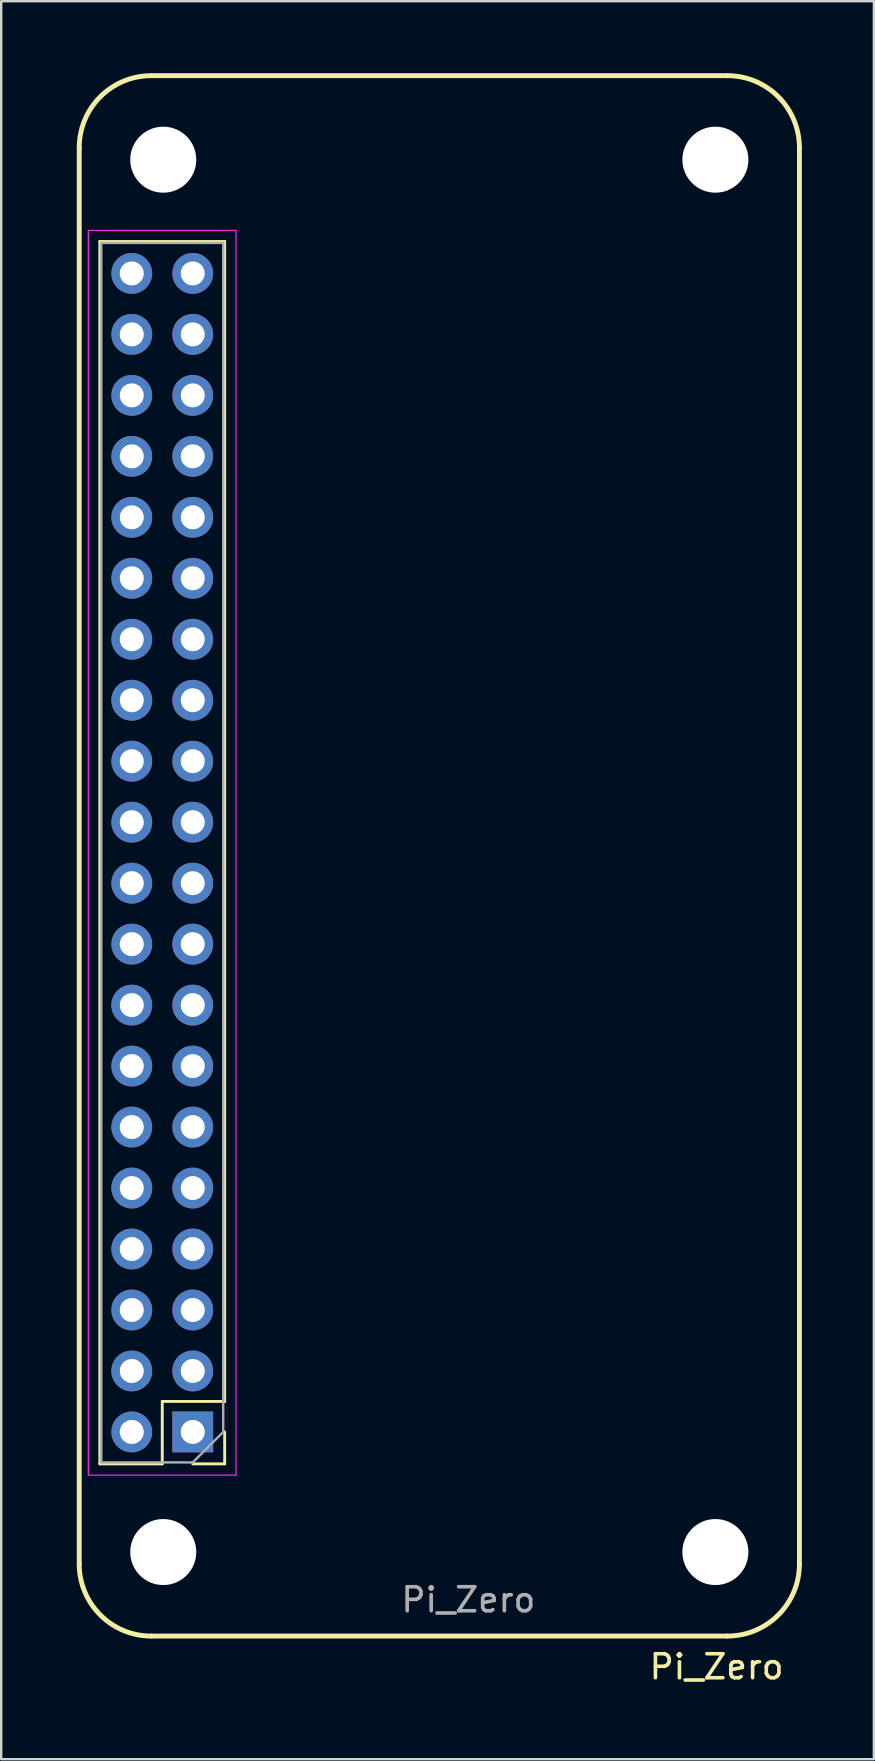
<source format=kicad_pcb>
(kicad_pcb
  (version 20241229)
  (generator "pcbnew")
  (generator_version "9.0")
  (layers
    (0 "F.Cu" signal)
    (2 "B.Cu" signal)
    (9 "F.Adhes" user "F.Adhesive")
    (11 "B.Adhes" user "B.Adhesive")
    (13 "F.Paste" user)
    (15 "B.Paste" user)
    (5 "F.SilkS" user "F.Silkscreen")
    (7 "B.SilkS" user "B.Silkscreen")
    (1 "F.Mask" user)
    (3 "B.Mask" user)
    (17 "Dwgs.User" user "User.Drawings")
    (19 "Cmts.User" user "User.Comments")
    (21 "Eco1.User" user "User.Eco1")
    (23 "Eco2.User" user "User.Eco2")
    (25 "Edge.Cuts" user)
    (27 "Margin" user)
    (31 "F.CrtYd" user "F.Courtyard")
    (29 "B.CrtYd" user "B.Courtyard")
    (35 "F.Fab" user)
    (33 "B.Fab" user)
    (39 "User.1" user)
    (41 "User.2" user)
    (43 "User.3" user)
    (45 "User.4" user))
  (footprint "Pi_Zero"
    (layer "F.Cu")
    (at 0.25 65.102)
    (property "Reference" "Pi_Zero" (at 26.55 1.28 0) (layer "F.SilkS") (effects (font (size 1 1) (thickness 0.15))))
    (attr through_hole)
    (fp_line (start 0 -3) (end 0 -62) (stroke (width 0.203) (type solid)) (layer "F.SilkS"))
    (fp_line (start 0.859 -7.173) (end 0.859 -58.093) (stroke (width 0.12) (type solid)) (layer "F.SilkS"))
    (fp_line (start 3 -65) (end 27 -65) (stroke (width 0.203) (type solid)) (layer "F.SilkS"))
    (fp_line (start 3.459 -9.773) (end 3.459 -7.173) (stroke (width 0.12) (type solid)) (layer "F.SilkS"))
    (fp_line (start 3.459 -7.173) (end 0.859 -7.173) (stroke (width 0.12) (type solid)) (layer "F.SilkS"))
    (fp_line (start 6.059 -58.093) (end 0.859 -58.093) (stroke (width 0.12) (type solid)) (layer "F.SilkS"))
    (fp_line (start 6.059 -9.773) (end 3.459 -9.773) (stroke (width 0.12) (type solid)) (layer "F.SilkS"))
    (fp_line (start 6.059 -9.773) (end 6.059 -58.093) (stroke (width 0.12) (type solid)) (layer "F.SilkS"))
    (fp_line (start 6.059 -8.503) (end 6.059 -7.173) (stroke (width 0.12) (type solid)) (layer "F.SilkS"))
    (fp_line (start 6.059 -7.173) (end 4.729 -7.173) (stroke (width 0.12) (type solid)) (layer "F.SilkS"))
    (fp_line (start 27 0) (end 3 0) (stroke (width 0.203) (type solid)) (layer "F.SilkS"))
    (fp_line (start 30 -62) (end 30 -3) (stroke (width 0.203) (type solid)) (layer "F.SilkS"))
    (fp_arc (start 0 -61.999998) (mid 0.87868 -64.121318) (end 3 -64.999998) (stroke (width 0.2032) (type solid)) (layer "F.SilkS"))
    (fp_arc (start 3 0) (mid 0.87868 -0.87868) (end 0 -3) (stroke (width 0.2032) (type solid)) (layer "F.SilkS"))
    (fp_arc (start 27.000001 -64.999999) (mid 29.121321 -64.121319) (end 30 -61.999998) (stroke (width 0.2032) (type solid)) (layer "F.SilkS"))
    (fp_arc (start 30 -2.999999) (mid 29.12132 -0.878679) (end 26.999999 0) (stroke (width 0.2032) (type solid)) (layer "F.SilkS"))
    (fp_line (start 0.379 -58.553) (end 0.379 -6.703) (stroke (width 0.05) (type solid)) (layer "F.CrtYd"))
    (fp_line (start 0.379 -6.703) (end 6.529 -6.703) (stroke (width 0.05) (type solid)) (layer "F.CrtYd"))
    (fp_line (start 6.529 -58.553) (end 0.379 -58.553) (stroke (width 0.05) (type solid)) (layer "F.CrtYd"))
    (fp_line (start 6.529 -6.703) (end 6.529 -58.553) (stroke (width 0.05) (type solid)) (layer "F.CrtYd"))
    (fp_line (start 0.919 -58.033) (end 5.999 -58.033) (stroke (width 0.1) (type solid)) (layer "F.Fab"))
    (fp_line (start 0.919 -7.233) (end 0.919 -58.033) (stroke (width 0.1) (type solid)) (layer "F.Fab"))
    (fp_line (start 4.729 -7.233) (end 0.919 -7.233) (stroke (width 0.1) (type solid)) (layer "F.Fab"))
    (fp_line (start 5.999 -58.033) (end 5.999 -8.503) (stroke (width 0.1) (type solid)) (layer "F.Fab"))
    (fp_line (start 5.999 -8.503) (end 4.729 -7.233) (stroke (width 0.1) (type solid)) (layer "F.Fab"))
    (fp_text user "${REFERENCE}" (at 16.21 -1.51 180) (layer "F.Fab") (effects (font (size 1 1) (thickness 0.15))))
    (pad "" np_thru_hole circle (at 3.5 -61.5) (size 2.75 2.75) (drill 2.75) (layers "*.Cu" "*.Mask"))
    (pad "" np_thru_hole circle (at 3.5 -3.5) (size 2.75 2.75) (drill 2.75) (layers "*.Cu" "*.Mask"))
    (pad "" np_thru_hole circle (at 26.5 -61.5) (size 2.75 2.75) (drill 2.75) (layers "*.Cu" "*.Mask"))
    (pad "" np_thru_hole circle (at 26.5 -3.5) (size 2.75 2.75) (drill 2.75) (layers "*.Cu" "*.Mask"))
    (pad "1" thru_hole rect (at 4.729 -8.503 180) (size 1.7 1.7) (drill 1) (layers "*.Cu" "*.Mask"))
    (pad "2" thru_hole oval (at 2.189 -8.503 180) (size 1.7 1.7) (drill 1) (layers "*.Cu" "*.Mask"))
    (pad "3" thru_hole oval (at 4.729 -11.043 180) (size 1.7 1.7) (drill 1) (layers "*.Cu" "*.Mask"))
    (pad "4" thru_hole oval (at 2.189 -11.043 180) (size 1.7 1.7) (drill 1) (layers "*.Cu" "*.Mask"))
    (pad "5" thru_hole oval (at 4.729 -13.583 180) (size 1.7 1.7) (drill 1) (layers "*.Cu" "*.Mask"))
    (pad "6" thru_hole oval (at 2.189 -13.583 180) (size 1.7 1.7) (drill 1) (layers "*.Cu" "*.Mask"))
    (pad "7" thru_hole oval (at 4.729 -16.123 180) (size 1.7 1.7) (drill 1) (layers "*.Cu" "*.Mask"))
    (pad "8" thru_hole oval (at 2.189 -16.123 180) (size 1.7 1.7) (drill 1) (layers "*.Cu" "*.Mask"))
    (pad "9" thru_hole oval (at 4.729 -18.663 180) (size 1.7 1.7) (drill 1) (layers "*.Cu" "*.Mask"))
    (pad "10" thru_hole oval (at 2.189 -18.663 180) (size 1.7 1.7) (drill 1) (layers "*.Cu" "*.Mask"))
    (pad "11" thru_hole oval (at 4.729 -21.203 180) (size 1.7 1.7) (drill 1) (layers "*.Cu" "*.Mask"))
    (pad "12" thru_hole oval (at 2.189 -21.203 180) (size 1.7 1.7) (drill 1) (layers "*.Cu" "*.Mask"))
    (pad "13" thru_hole oval (at 4.729 -23.743 180) (size 1.7 1.7) (drill 1) (layers "*.Cu" "*.Mask"))
    (pad "14" thru_hole oval (at 2.189 -23.743 180) (size 1.7 1.7) (drill 1) (layers "*.Cu" "*.Mask"))
    (pad "15" thru_hole oval (at 4.729 -26.283 180) (size 1.7 1.7) (drill 1) (layers "*.Cu" "*.Mask"))
    (pad "16" thru_hole oval (at 2.189 -26.283 180) (size 1.7 1.7) (drill 1) (layers "*.Cu" "*.Mask"))
    (pad "17" thru_hole oval (at 4.729 -28.823 180) (size 1.7 1.7) (drill 1) (layers "*.Cu" "*.Mask"))
    (pad "18" thru_hole oval (at 2.189 -28.823 180) (size 1.7 1.7) (drill 1) (layers "*.Cu" "*.Mask"))
    (pad "19" thru_hole oval (at 4.729 -31.363 180) (size 1.7 1.7) (drill 1) (layers "*.Cu" "*.Mask"))
    (pad "20" thru_hole oval (at 2.189 -31.363 180) (size 1.7 1.7) (drill 1) (layers "*.Cu" "*.Mask"))
    (pad "21" thru_hole oval (at 4.729 -33.903 180) (size 1.7 1.7) (drill 1) (layers "*.Cu" "*.Mask"))
    (pad "22" thru_hole oval (at 2.189 -33.903 180) (size 1.7 1.7) (drill 1) (layers "*.Cu" "*.Mask"))
    (pad "23" thru_hole oval (at 4.729 -36.443 180) (size 1.7 1.7) (drill 1) (layers "*.Cu" "*.Mask"))
    (pad "24" thru_hole oval (at 2.189 -36.443 180) (size 1.7 1.7) (drill 1) (layers "*.Cu" "*.Mask"))
    (pad "25" thru_hole oval (at 4.729 -38.983 180) (size 1.7 1.7) (drill 1) (layers "*.Cu" "*.Mask"))
    (pad "26" thru_hole oval (at 2.189 -38.983 180) (size 1.7 1.7) (drill 1) (layers "*.Cu" "*.Mask"))
    (pad "27" thru_hole oval (at 4.729 -41.523 180) (size 1.7 1.7) (drill 1) (layers "*.Cu" "*.Mask"))
    (pad "28" thru_hole oval (at 2.189 -41.523 180) (size 1.7 1.7) (drill 1) (layers "*.Cu" "*.Mask"))
    (pad "29" thru_hole oval (at 4.729 -44.063 180) (size 1.7 1.7) (drill 1) (layers "*.Cu" "*.Mask"))
    (pad "30" thru_hole oval (at 2.189 -44.063 180) (size 1.7 1.7) (drill 1) (layers "*.Cu" "*.Mask"))
    (pad "31" thru_hole oval (at 4.729 -46.603 180) (size 1.7 1.7) (drill 1) (layers "*.Cu" "*.Mask"))
    (pad "32" thru_hole oval (at 2.189 -46.603 180) (size 1.7 1.7) (drill 1) (layers "*.Cu" "*.Mask"))
    (pad "33" thru_hole oval (at 4.729 -49.143 180) (size 1.7 1.7) (drill 1) (layers "*.Cu" "*.Mask"))
    (pad "34" thru_hole oval (at 2.189 -49.143 180) (size 1.7 1.7) (drill 1) (layers "*.Cu" "*.Mask"))
    (pad "35" thru_hole oval (at 4.729 -51.683 180) (size 1.7 1.7) (drill 1) (layers "*.Cu" "*.Mask"))
    (pad "36" thru_hole oval (at 2.189 -51.683 180) (size 1.7 1.7) (drill 1) (layers "*.Cu" "*.Mask"))
    (pad "37" thru_hole oval (at 4.729 -54.223 180) (size 1.7 1.7) (drill 1) (layers "*.Cu" "*.Mask"))
    (pad "38" thru_hole oval (at 2.189 -54.223 180) (size 1.7 1.7) (drill 1) (layers "*.Cu" "*.Mask"))
    (pad "39" thru_hole oval (at 4.729 -56.763 180) (size 1.7 1.7) (drill 1) (layers "*.Cu" "*.Mask"))
    (pad "40" thru_hole oval (at 2.189 -56.763 180) (size 1.7 1.7) (drill 1) (layers "*.Cu" "*.Mask")))
  (gr_rect
    (start -3 -3)
    (end 33.352 70.23)
    (stroke (width 0.1) (type default))
    (fill no)
    (layer "Edge.Cuts")))
</source>
